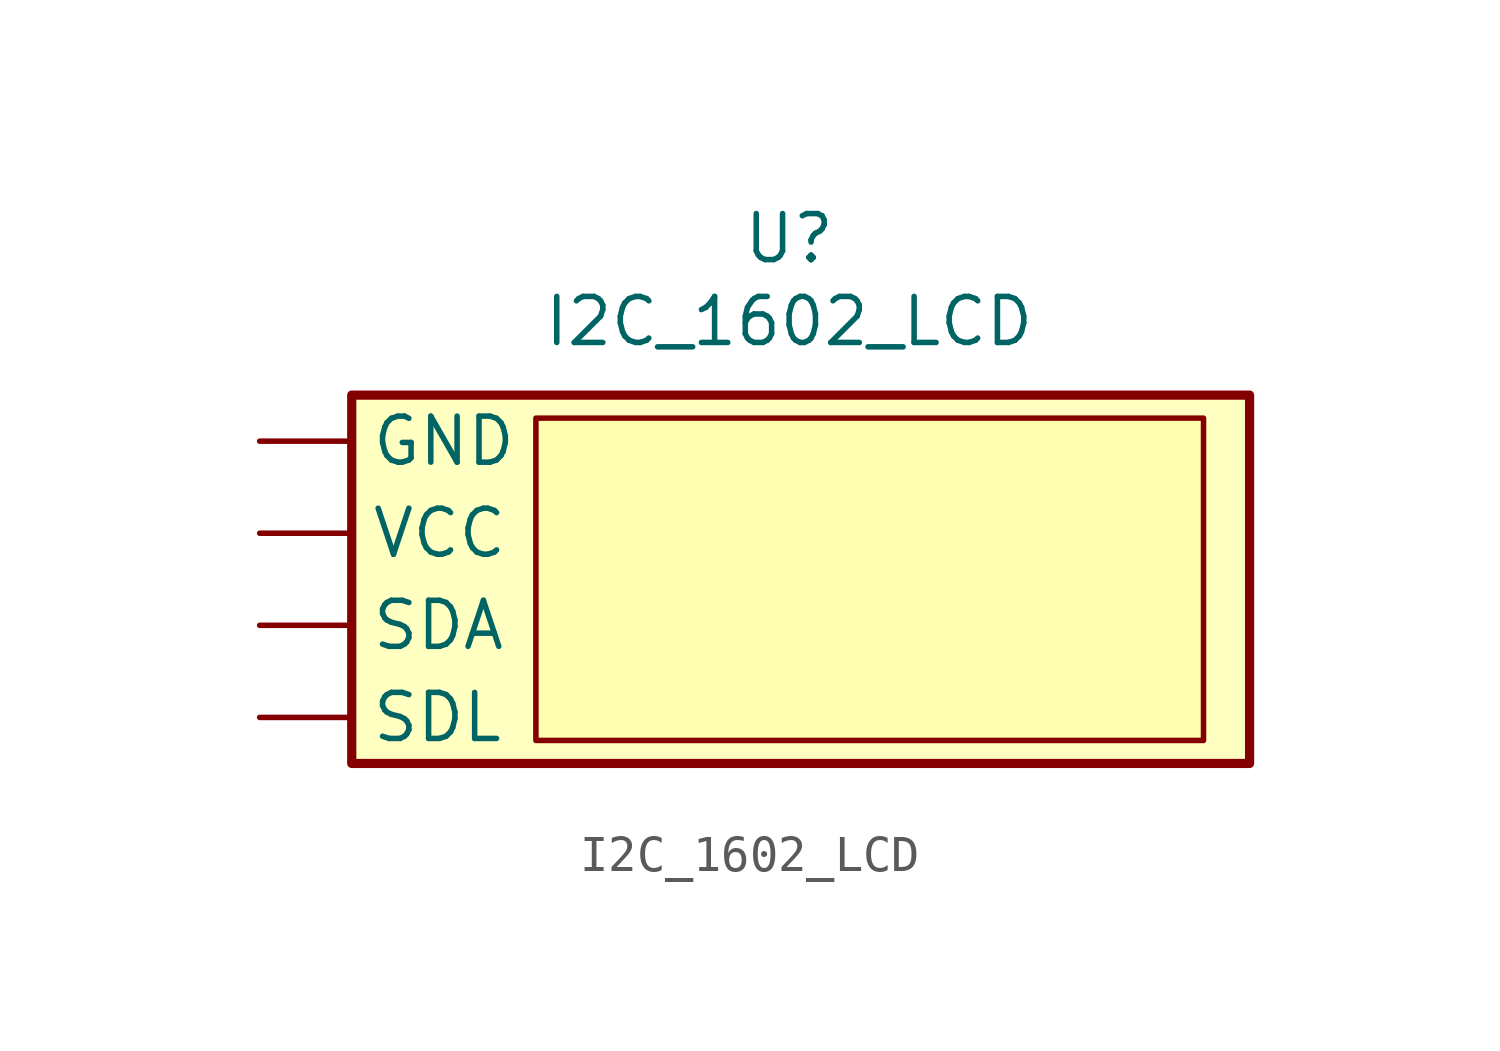
<source format=kicad_sym>
(kicad_symbol_lib
  (version 20241209)
  (generator "kicad_symbol_editor")
  (generator_version "9.0")
  (symbol "I2C_1602_LCD"
    (property "Reference" "U"
      (at -0.635 9.398 0)
      (do_not_autoplace)
      (effects (font (size 1.27 1.27))))
    (property "Value" "I2C_1602_LCD"
      (at -0.635 7.112 0)
      (do_not_autoplace)
      (effects (font (size 1.27 1.27))))
    (symbol "I2C_1602_LCD_1_1"
      (rectangle (start -12.7 5.08) (end 12.065 -5.08) (stroke (width 0.254) (type default)) (fill (type background)))
      (rectangle (start -7.62 4.445) (end 10.795 -4.445) (stroke (width 0) (type solid)) (fill (type color) (color 255 255 0 0.1)))
      (pin power_in line (at -15.24 3.81 0) (length 2.54) (name "GND" (effects (font (size 1.27 1.27)))) (number "" (effects (font (size 1.27 1.27)))))
      (pin power_in line (at -15.24 1.27 0) (length 2.54) (name "VCC" (effects (font (size 1.27 1.27)))) (number "" (effects (font (size 1.27 1.27)))))
      (pin input line (at -15.24 -1.27 0) (length 2.54) (name "SDA" (effects (font (size 1.27 1.27)))) (number "" (effects (font (size 1.27 1.27)))))
      (pin input line (at -15.24 -3.81 0) (length 2.54) (name "SDL" (effects (font (size 1.27 1.27)))) (number "" (effects (font (size 1.27 1.27))))))))
</source>
